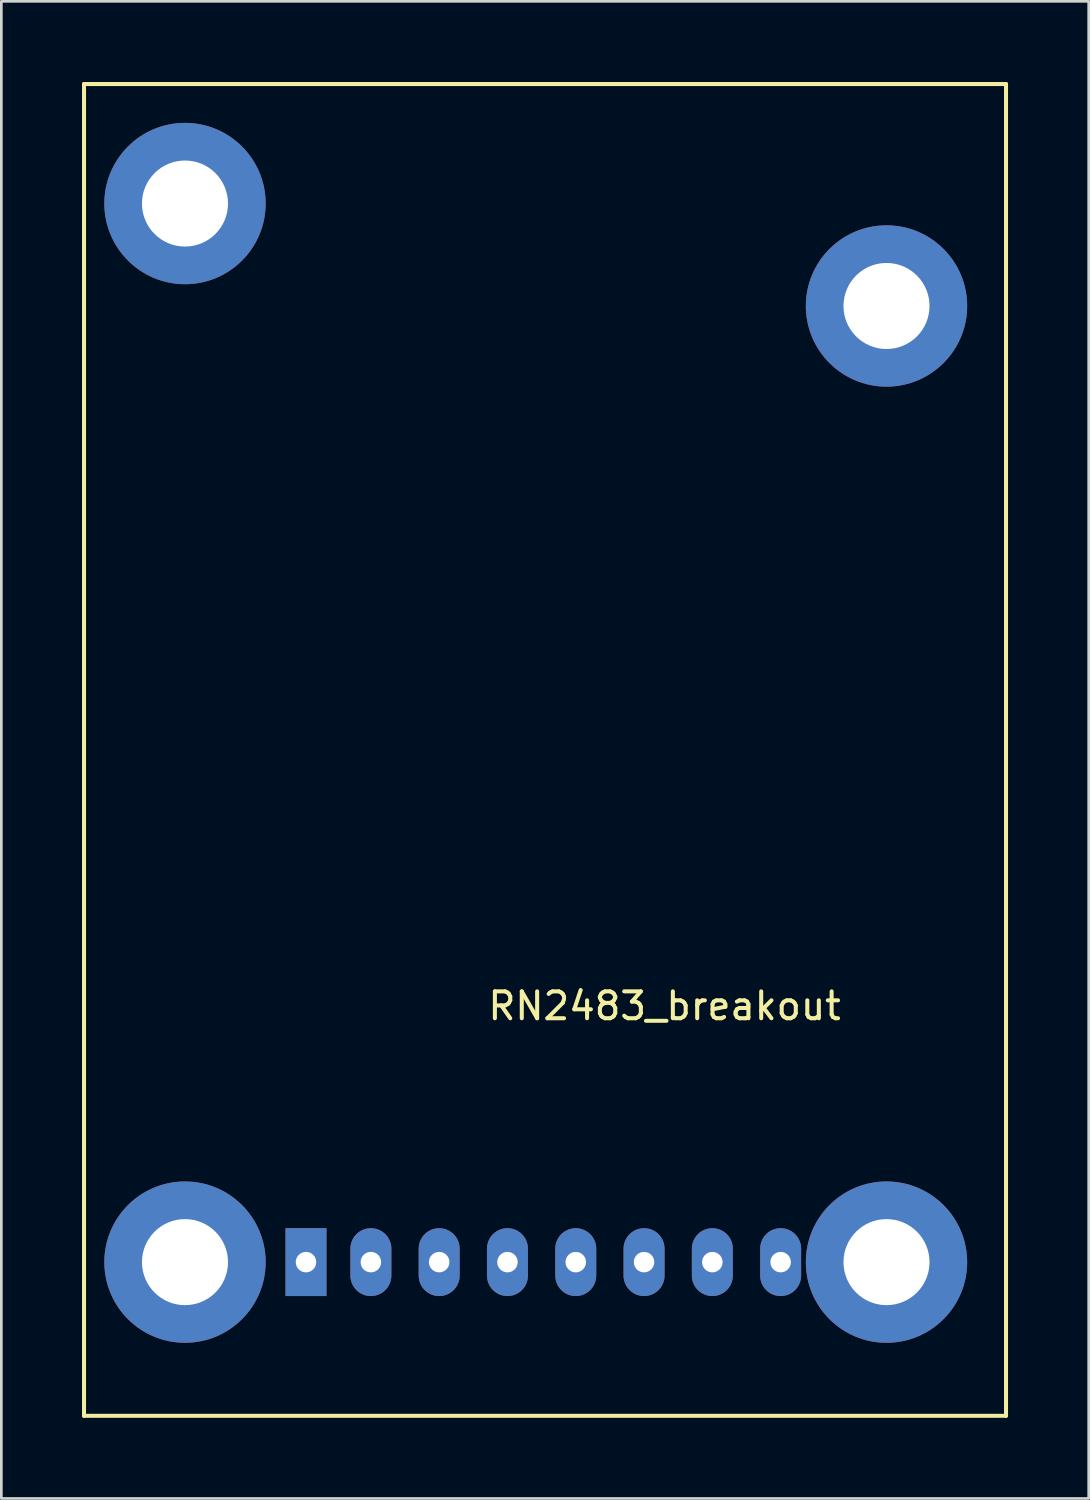
<source format=kicad_pcb>
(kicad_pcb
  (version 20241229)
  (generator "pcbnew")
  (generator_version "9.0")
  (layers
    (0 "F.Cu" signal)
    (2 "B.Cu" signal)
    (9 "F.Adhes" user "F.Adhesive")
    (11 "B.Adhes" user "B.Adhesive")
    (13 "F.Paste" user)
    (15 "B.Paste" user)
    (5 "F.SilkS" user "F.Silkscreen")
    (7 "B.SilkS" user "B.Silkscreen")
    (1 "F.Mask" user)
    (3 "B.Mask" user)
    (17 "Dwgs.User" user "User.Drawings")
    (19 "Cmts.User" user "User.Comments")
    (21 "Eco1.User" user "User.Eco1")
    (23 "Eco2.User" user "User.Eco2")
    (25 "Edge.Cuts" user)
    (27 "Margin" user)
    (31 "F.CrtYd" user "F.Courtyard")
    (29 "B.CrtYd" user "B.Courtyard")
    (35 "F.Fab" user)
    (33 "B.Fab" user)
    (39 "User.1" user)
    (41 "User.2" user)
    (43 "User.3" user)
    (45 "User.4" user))
  (footprint "RN2483_breakout"
    (layer "F.Cu")
    (at 8.33 43.89)
    (property "Reference" "RN2483_breakout" (at 13.335 -9.525 0) (layer "F.SilkS") (effects (font (size 1 1) (thickness 0.15))))
    (attr through_hole)
    (fp_line (start -8.255 -43.815) (end -8.255 5.715) (stroke (width 0.15) (type solid)) (layer "F.SilkS"))
    (fp_line (start -8.255 5.715) (end 26.035 5.715) (stroke (width 0.15) (type solid)) (layer "F.SilkS"))
    (fp_line (start 26.035 -43.815) (end -8.255 -43.815) (stroke (width 0.15) (type solid)) (layer "F.SilkS"))
    (fp_line (start 26.035 5.715) (end 26.035 -43.815) (stroke (width 0.15) (type solid)) (layer "F.SilkS"))
    (pad "" np_thru_hole circle (at -4.5 -39.37) (size 6 6) (drill 3.2) (layers "*.Cu" "*.Mask"))
    (pad "" np_thru_hole circle (at -4.5 0) (size 6 6) (drill 3.2) (layers "*.Cu" "*.Mask"))
    (pad "" np_thru_hole circle (at 21.59 -35.56) (size 6 6) (drill 3.2) (layers "*.Cu" "*.Mask"))
    (pad "" np_thru_hole circle (at 21.59 0) (size 6 6) (drill 3.2) (layers "*.Cu" "*.Mask"))
    (pad "1" thru_hole rect (at 0 0) (size 1.524 2.524) (drill 0.762) (layers "*.Cu" "*.Mask"))
    (pad "2" thru_hole oval (at 2.413 0) (size 1.524 2.524) (drill 0.762) (layers "*.Cu" "*.Mask"))
    (pad "3" thru_hole oval (at 4.953 0) (size 1.524 2.524) (drill 0.762) (layers "*.Cu" "*.Mask"))
    (pad "4" thru_hole oval (at 7.493 0) (size 1.524 2.524) (drill 0.762) (layers "*.Cu" "*.Mask"))
    (pad "5" thru_hole oval (at 10.033 0) (size 1.524 2.524) (drill 0.762) (layers "*.Cu" "*.Mask"))
    (pad "6" thru_hole oval (at 12.573 0) (size 1.524 2.524) (drill 0.762) (layers "*.Cu" "*.Mask"))
    (pad "7" thru_hole oval (at 15.113 0) (size 1.524 2.524) (drill 0.762) (layers "*.Cu" "*.Mask"))
    (pad "8" thru_hole oval (at 17.653 0) (size 1.524 2.524) (drill 0.762) (layers "*.Cu" "*.Mask")))
  (gr_rect
    (start -3 -3)
    (end 37.44 52.68)
    (stroke (width 0.1) (type default))
    (fill no)
    (layer "Edge.Cuts")))
</source>
